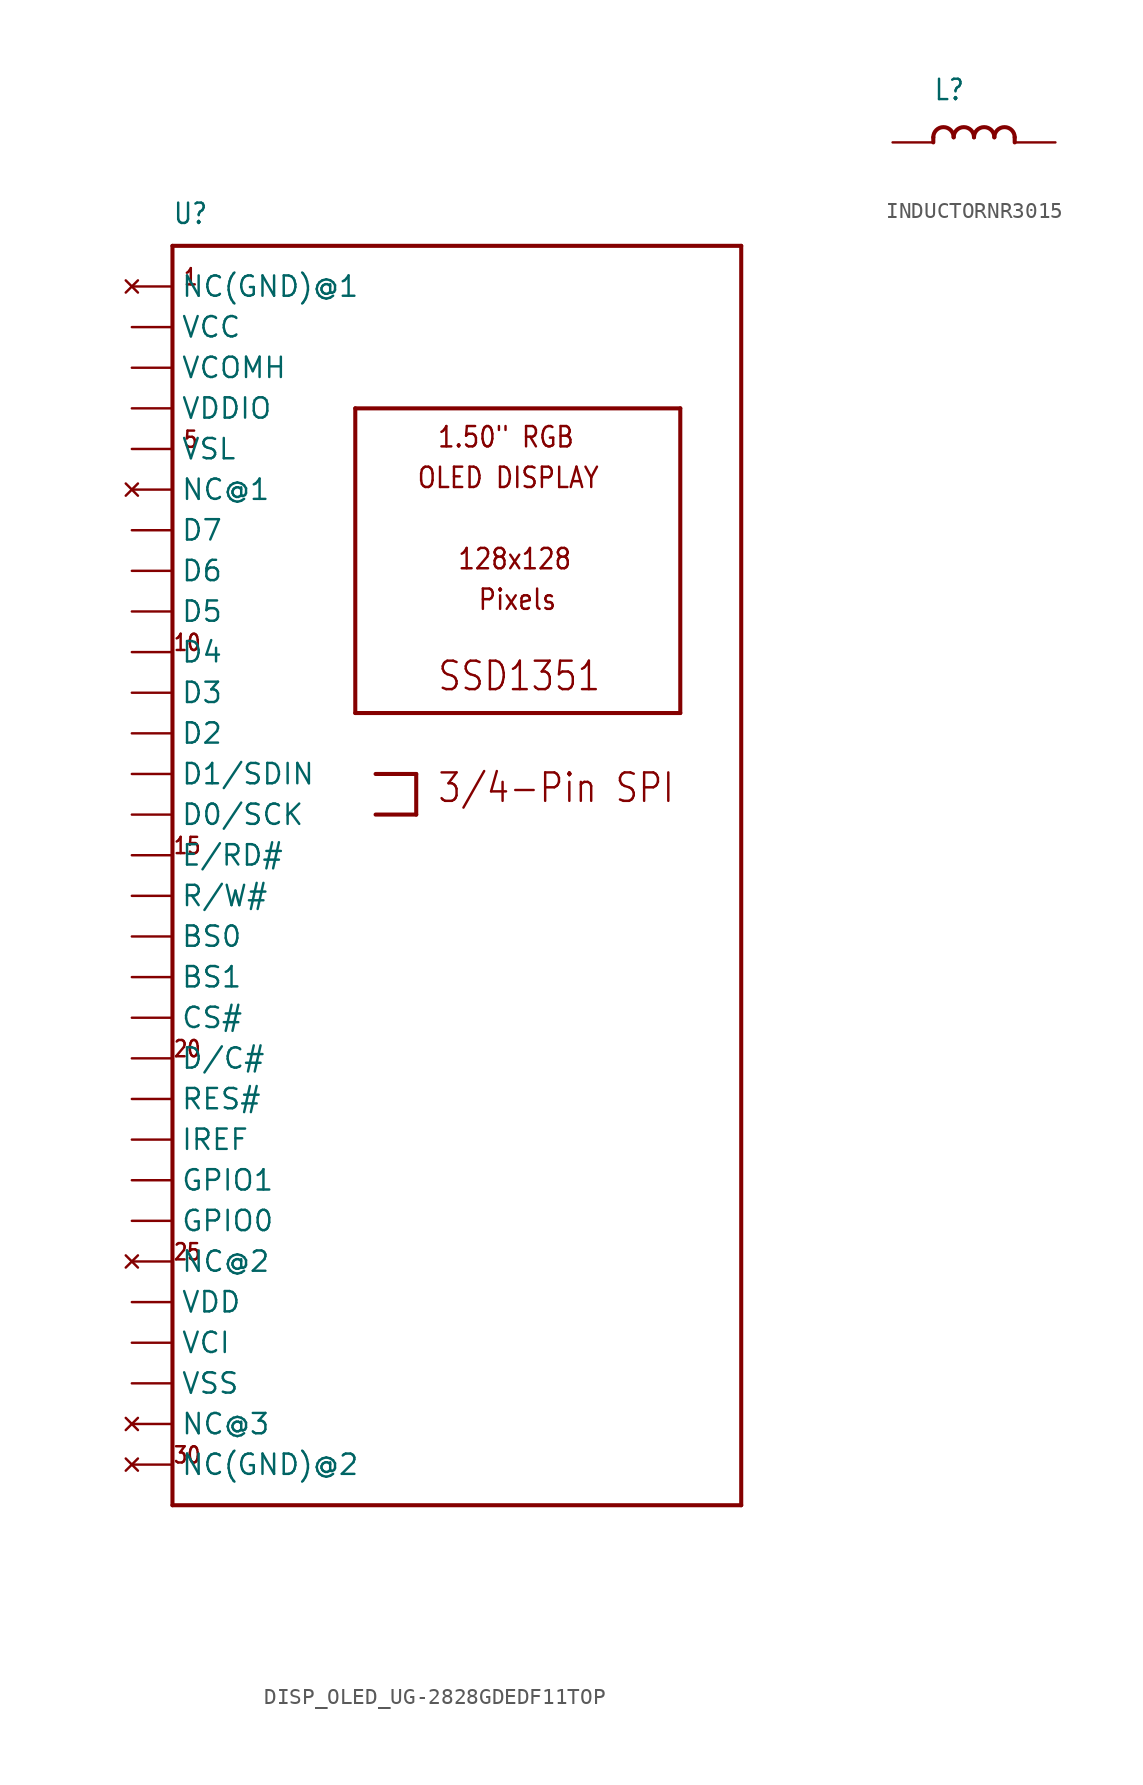
<source format=kicad_sym>
(kicad_symbol_lib
  (version 20231120)
  (generator "kicad_symbol_editor")
  (generator_version "8.0")
  (symbol "DISP_OLED_UG-2828GDEDF11TOP"
    (property "Reference" "U"
      (at -17.78 39.37 0)
      (effects (font (size 1.27 1.079)) (justify left bottom)))
    (property "Value" ""
      (at -17.78 -43.18 0)
      (effects (font (size 1.27 1.079)) (justify left bottom)))
    (property "ki_locked" ""
      (at 0 0 0)
      (effects (font (size 1.27 1.27))))
    (symbol "DISP_OLED_UG-2828GDEDF11TOP_1_0"
      (polyline (pts (xy -17.78 -40.64) (xy -17.78 38.1)) (stroke (width 0.254) (type solid)) (fill (type none)))
      (polyline (pts (xy -17.78 38.1) (xy 17.78 38.1)) (stroke (width 0.254) (type solid)) (fill (type none)))
      (polyline (pts (xy -6.35 8.89) (xy -6.35 27.94)) (stroke (width 0.254) (type solid)) (fill (type none)))
      (polyline (pts (xy -6.35 27.94) (xy 13.97 27.94)) (stroke (width 0.254) (type solid)) (fill (type none)))
      (polyline (pts (xy -5.08 5.08) (xy -2.54 5.08)) (stroke (width 0.254) (type solid)) (fill (type none)))
      (polyline (pts (xy -2.54 2.54) (xy -5.08 2.54)) (stroke (width 0.254) (type solid)) (fill (type none)))
      (polyline (pts (xy -2.54 5.08) (xy -2.54 2.54)) (stroke (width 0.254) (type solid)) (fill (type none)))
      (polyline (pts (xy 13.97 8.89) (xy -6.35 8.89)) (stroke (width 0.254) (type solid)) (fill (type none)))
      (polyline (pts (xy 13.97 27.94) (xy 13.97 8.89)) (stroke (width 0.254) (type solid)) (fill (type none)))
      (polyline (pts (xy 17.78 -40.64) (xy -17.78 -40.64)) (stroke (width 0.254) (type solid)) (fill (type none)))
      (polyline (pts (xy 17.78 38.1) (xy 17.78 -40.64)) (stroke (width 0.254) (type solid)) (fill (type none)))
      (text "1" (at -17.145 35.56 0) (effects (font (size 1.016 0.864)) (justify left bottom)))
      (text "1.50\" RGB" (at -1.27 25.4 0) (effects (font (size 1.27 1.079)) (justify left bottom)))
      (text "10" (at -17.78 12.7 0) (effects (font (size 1.016 0.864)) (justify left bottom)))
      (text "128x128" (at 0 17.78 0) (effects (font (size 1.27 1.079)) (justify left bottom)))
      (text "15" (at -17.78 0 0) (effects (font (size 1.016 0.864)) (justify left bottom)))
      (text "20" (at -17.78 -12.7 0) (effects (font (size 1.016 0.864)) (justify left bottom)))
      (text "25" (at -17.78 -25.4 0) (effects (font (size 1.016 0.864)) (justify left bottom)))
      (text "3/4-Pin SPI" (at -1.27 3.175 0) (effects (font (size 1.778 1.511)) (justify left bottom)))
      (text "30" (at -17.78 -38.1 0) (effects (font (size 1.016 0.864)) (justify left bottom)))
      (text "5" (at -17.145 25.4 0) (effects (font (size 1.016 0.864)) (justify left bottom)))
      (text "OLED DISPLAY" (at -2.54 22.86 0) (effects (font (size 1.27 1.079)) (justify left bottom)))
      (text "Pixels" (at 1.27 15.24 0) (effects (font (size 1.27 1.079)) (justify left bottom)))
      (text "SSD1351" (at -1.27 10.16 0) (effects (font (size 1.778 1.511)) (justify left bottom)))
      (pin no_connect line (at -20.32 -38.1 0) (length 2.54) (name "NC(GND)@2" (effects (font (size 1.27 1.27)))) (number "P$1" (effects (font (size 0 0)))))
      (pin bidirectional line (at -20.32 -15.24 0) (length 2.54) (name "RES#" (effects (font (size 1.27 1.27)))) (number "P$10" (effects (font (size 0 0)))))
      (pin bidirectional line (at -20.32 -12.7 0) (length 2.54) (name "D/C#" (effects (font (size 1.27 1.27)))) (number "P$11" (effects (font (size 0 0)))))
      (pin bidirectional line (at -20.32 -10.16 0) (length 2.54) (name "CS#" (effects (font (size 1.27 1.27)))) (number "P$12" (effects (font (size 0 0)))))
      (pin bidirectional line (at -20.32 -7.62 0) (length 2.54) (name "BS1" (effects (font (size 1.27 1.27)))) (number "P$13" (effects (font (size 0 0)))))
      (pin bidirectional line (at -20.32 -5.08 0) (length 2.54) (name "BS0" (effects (font (size 1.27 1.27)))) (number "P$14" (effects (font (size 0 0)))))
      (pin bidirectional line (at -20.32 -2.54 0) (length 2.54) (name "R/W#" (effects (font (size 1.27 1.27)))) (number "P$15" (effects (font (size 0 0)))))
      (pin bidirectional line (at -20.32 0 0) (length 2.54) (name "E/RD#" (effects (font (size 1.27 1.27)))) (number "P$16" (effects (font (size 0 0)))))
      (pin bidirectional line (at -20.32 2.54 0) (length 2.54) (name "D0/SCK" (effects (font (size 1.27 1.27)))) (number "P$17" (effects (font (size 0 0)))))
      (pin bidirectional line (at -20.32 5.08 0) (length 2.54) (name "D1/SDIN" (effects (font (size 1.27 1.27)))) (number "P$18" (effects (font (size 0 0)))))
      (pin bidirectional line (at -20.32 7.62 0) (length 2.54) (name "D2" (effects (font (size 1.27 1.27)))) (number "P$19" (effects (font (size 0 0)))))
      (pin no_connect line (at -20.32 -35.56 0) (length 2.54) (name "NC@3" (effects (font (size 1.27 1.27)))) (number "P$2" (effects (font (size 0 0)))))
      (pin bidirectional line (at -20.32 10.16 0) (length 2.54) (name "D3" (effects (font (size 1.27 1.27)))) (number "P$20" (effects (font (size 0 0)))))
      (pin bidirectional line (at -20.32 12.7 0) (length 2.54) (name "D4" (effects (font (size 1.27 1.27)))) (number "P$21" (effects (font (size 0 0)))))
      (pin bidirectional line (at -20.32 15.24 0) (length 2.54) (name "D5" (effects (font (size 1.27 1.27)))) (number "P$22" (effects (font (size 0 0)))))
      (pin bidirectional line (at -20.32 17.78 0) (length 2.54) (name "D6" (effects (font (size 1.27 1.27)))) (number "P$23" (effects (font (size 0 0)))))
      (pin bidirectional line (at -20.32 20.32 0) (length 2.54) (name "D7" (effects (font (size 1.27 1.27)))) (number "P$24" (effects (font (size 0 0)))))
      (pin no_connect line (at -20.32 22.86 0) (length 2.54) (name "NC@1" (effects (font (size 1.27 1.27)))) (number "P$25" (effects (font (size 0 0)))))
      (pin bidirectional line (at -20.32 25.4 0) (length 2.54) (name "VSL" (effects (font (size 1.27 1.27)))) (number "P$26" (effects (font (size 0 0)))))
      (pin power_in line (at -20.32 27.94 0) (length 2.54) (name "VDDIO" (effects (font (size 1.27 1.27)))) (number "P$27" (effects (font (size 0 0)))))
      (pin power_in line (at -20.32 30.48 0) (length 2.54) (name "VCOMH" (effects (font (size 1.27 1.27)))) (number "P$28" (effects (font (size 0 0)))))
      (pin power_in line (at -20.32 33.02 0) (length 2.54) (name "VCC" (effects (font (size 1.27 1.27)))) (number "P$29" (effects (font (size 0 0)))))
      (pin power_in line (at -20.32 -33.02 0) (length 2.54) (name "VSS" (effects (font (size 1.27 1.27)))) (number "P$3" (effects (font (size 0 0)))))
      (pin no_connect line (at -20.32 35.56 0) (length 2.54) (name "NC(GND)@1" (effects (font (size 1.27 1.27)))) (number "P$30" (effects (font (size 0 0)))))
      (pin power_in line (at -20.32 -30.48 0) (length 2.54) (name "VCI" (effects (font (size 1.27 1.27)))) (number "P$4" (effects (font (size 0 0)))))
      (pin power_in line (at -20.32 -27.94 0) (length 2.54) (name "VDD" (effects (font (size 1.27 1.27)))) (number "P$5" (effects (font (size 0 0)))))
      (pin no_connect line (at -20.32 -25.4 0) (length 2.54) (name "NC@2" (effects (font (size 1.27 1.27)))) (number "P$6" (effects (font (size 0 0)))))
      (pin bidirectional line (at -20.32 -22.86 0) (length 2.54) (name "GPIO0" (effects (font (size 1.27 1.27)))) (number "P$7" (effects (font (size 0 0)))))
      (pin bidirectional line (at -20.32 -20.32 0) (length 2.54) (name "GPIO1" (effects (font (size 1.27 1.27)))) (number "P$8" (effects (font (size 0 0)))))
      (pin bidirectional line (at -20.32 -17.78 0) (length 2.54) (name "IREF" (effects (font (size 1.27 1.27)))) (number "P$9" (effects (font (size 0 0)))))))
  (symbol "INDUCTORNR3015"
    (property "Reference" "L"
      (at -2.54 2.54 0)
      (effects (font (size 1.27 1.079)) (justify left bottom)))
    (property "Value" ""
      (at -2.54 -2.54 0)
      (effects (font (size 1.27 1.079)) (justify left bottom)))
    (property "ki_locked" ""
      (at 0 0 0)
      (effects (font (size 1.27 1.27))))
    (symbol "INDUCTORNR3015_1_0"
      (arc (start -1.27 0.3173) (mid -1.9049 0.9524) (end -2.54 0.3175) (stroke (width 0.254) (type solid)) (fill (type none)))
      (polyline (pts (xy -2.54 0.318) (xy -2.54 0)) (stroke (width 0.254) (type solid)) (fill (type none)))
      (polyline (pts (xy 2.54 0.318) (xy 2.54 0)) (stroke (width 0.254) (type solid)) (fill (type none)))
      (arc (start 0 0.3173) (mid -0.6349 0.9524) (end -1.27 0.3175) (stroke (width 0.254) (type solid)) (fill (type none)))
      (arc (start 1.27 0.3173) (mid 0.6351 0.9524) (end 0 0.3175) (stroke (width 0.254) (type solid)) (fill (type none)))
      (arc (start 2.54 0.3173) (mid 1.9051 0.9524) (end 1.27 0.3175) (stroke (width 0.254) (type solid)) (fill (type none)))
      (pin passive line (at -5.08 0 0) (length 2.54) (name "1" (effects (font (size 0 0)))) (number "P$1" (effects (font (size 0 0)))))
      (pin passive line (at 5.08 0 180) (length 2.54) (name "2" (effects (font (size 0 0)))) (number "P$2" (effects (font (size 0 0))))))))
</source>
